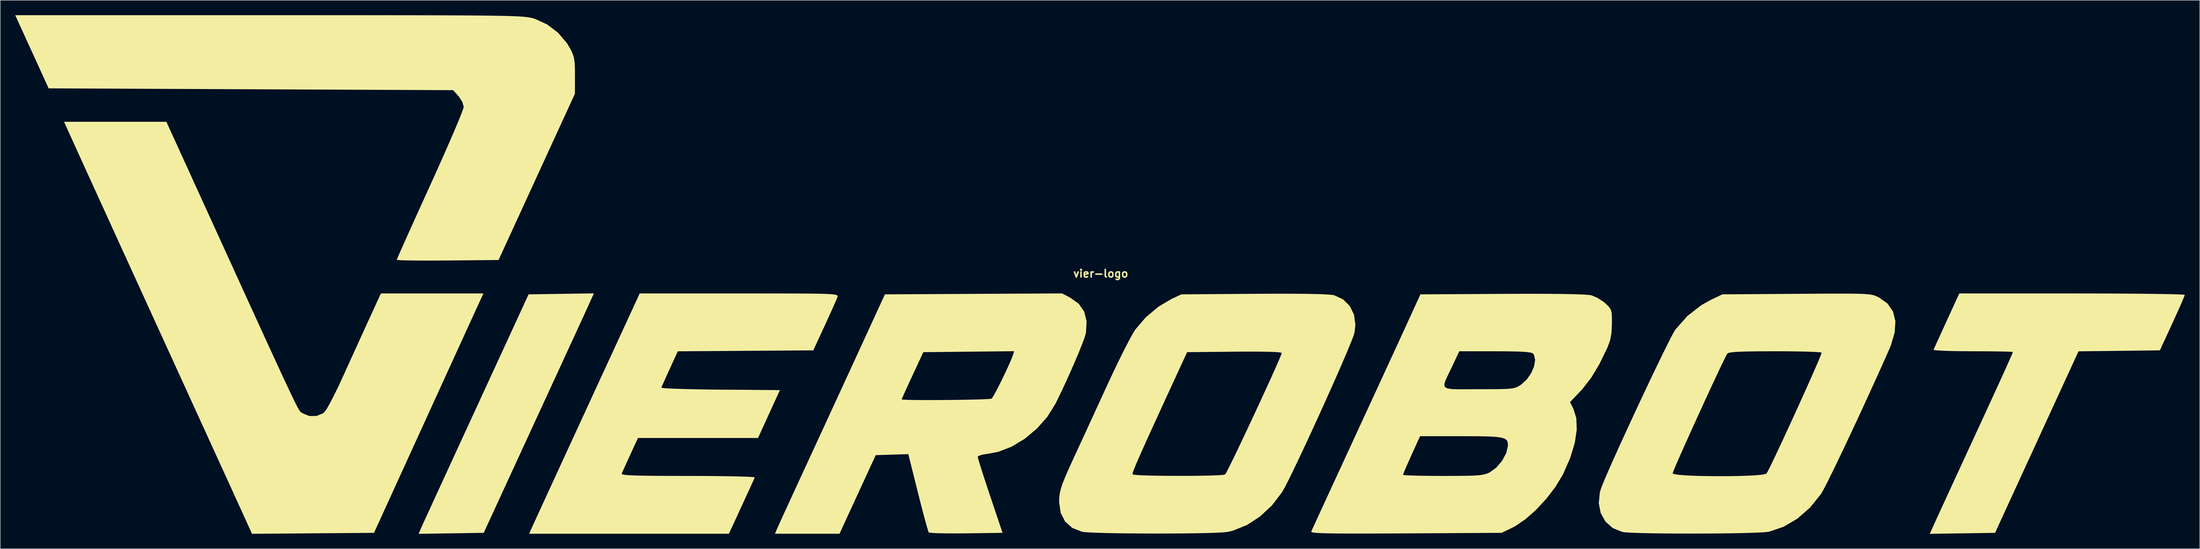
<source format=kicad_pcb>
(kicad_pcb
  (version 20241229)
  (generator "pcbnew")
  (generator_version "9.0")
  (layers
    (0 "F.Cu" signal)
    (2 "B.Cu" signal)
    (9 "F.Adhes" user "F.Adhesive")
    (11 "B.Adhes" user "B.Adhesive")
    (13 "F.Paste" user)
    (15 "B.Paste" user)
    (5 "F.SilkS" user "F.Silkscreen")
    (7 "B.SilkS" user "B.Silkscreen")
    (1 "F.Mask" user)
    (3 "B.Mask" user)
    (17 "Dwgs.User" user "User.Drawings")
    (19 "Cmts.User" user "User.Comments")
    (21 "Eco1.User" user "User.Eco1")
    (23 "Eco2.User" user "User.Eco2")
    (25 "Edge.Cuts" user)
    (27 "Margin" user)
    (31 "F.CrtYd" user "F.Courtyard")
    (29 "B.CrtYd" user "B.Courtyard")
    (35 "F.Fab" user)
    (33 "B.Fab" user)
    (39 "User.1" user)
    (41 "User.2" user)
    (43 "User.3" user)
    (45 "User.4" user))
  (footprint "vier-logo"
    (layer "F.Cu")
    (at 217.649 51.889)
    (property "Reference" "vier-logo" (at 0 0 0) (layer "F.SilkS") (effects (font (size 1.524 1.524) (thickness 0.3))))
    (attr board_only exclude_from_pos_files exclude_from_bom)
    (fp_poly (pts (xy -102.652 6.251) (xy -103.029 7.079) (xy -103.671 8.482) (xy -104.539 10.373) (xy -105.593 12.67) (xy -106.795 15.286) (xy -108.106 18.137) (xy -109.487 21.139) (xy -109.945 22.134) (xy -111.487 25.486) (xy -113.099 28.988) (xy -114.717 32.506) (xy -116.28 35.902) (xy -117.723 39.041) (xy -118.985 41.786) (xy -119.959 43.906) (xy -123.71 52.07) (xy -130.239 52.169) (xy -136.767 52.268) (xy -136.256 51.08) (xy -136.021 50.556) (xy -135.508 49.43) (xy -134.745 47.758) (xy -133.755 45.597) (xy -132.566 43.003) (xy -131.204 40.034) (xy -129.695 36.746) (xy -128.064 33.196) (xy -126.337 29.44) (xy -125.23 27.033) (xy -114.715 4.173) (xy -108.169 4.074) (xy -101.623 3.975)) (stroke (width 0) (type solid)) (fill yes) (layer "F.SilkS"))
    (fp_poly (pts (xy 198.718 3.996) (xy 202.472 4.009) (xy 205.941 4.029) (xy 209.065 4.056) (xy 211.781 4.09) (xy 214.028 4.128) (xy 215.745 4.171) (xy 216.87 4.218) (xy 217.341 4.268) (xy 217.351 4.277) (xy 217.207 4.687) (xy 216.807 5.639) (xy 216.202 7.016) (xy 215.443 8.703) (xy 214.854 9.992) (xy 212.356 15.421) (xy 204.196 15.519) (xy 196.036 15.616) (xy 187.672 33.843) (xy 179.307 52.07) (xy 172.759 52.169) (xy 166.212 52.268) (xy 167.241 49.992) (xy 167.637 49.121) (xy 168.294 47.687) (xy 169.168 45.784) (xy 170.215 43.507) (xy 171.391 40.951) (xy 172.653 38.211) (xy 173.625 36.104) (xy 175.728 31.541) (xy 177.536 27.61) (xy 179.06 24.288) (xy 180.312 21.55) (xy 181.302 19.371) (xy 182.043 17.726) (xy 182.544 16.591) (xy 182.817 15.941) (xy 182.88 15.756) (xy 182.534 15.711) (xy 181.566 15.672) (xy 180.08 15.64) (xy 178.177 15.617) (xy 175.962 15.604) (xy 174.867 15.603) (xy 172.552 15.59) (xy 170.51 15.554) (xy 168.843 15.499) (xy 167.651 15.428) (xy 167.036 15.346) (xy 166.975 15.304) (xy 167.159 14.889) (xy 167.593 13.93) (xy 168.224 12.544) (xy 168.998 10.846) (xy 169.613 9.498) (xy 172.131 3.991) (xy 194.741 3.991)) (stroke (width 0) (type solid)) (fill yes) (layer "F.SilkS"))
    (fp_poly (pts (xy -159.646 -51.888) (xy -153.243 -51.887) (xy -147.49 -51.885) (xy -142.353 -51.882) (xy -137.793 -51.876) (xy -133.773 -51.867) (xy -130.257 -51.855) (xy -127.208 -51.839) (xy -124.588 -51.819) (xy -122.36 -51.794) (xy -120.487 -51.764) (xy -118.933 -51.728) (xy -117.66 -51.686) (xy -116.631 -51.637) (xy -115.809 -51.581) (xy -115.157 -51.517) (xy -114.638 -51.444) (xy -114.215 -51.363) (xy -113.851 -51.273) (xy -113.509 -51.172) (xy -113.466 -51.159) (xy -111.028 -50.052) (xy -108.82 -48.371) (xy -107.02 -46.265) (xy -106.388 -45.215) (xy -105.929 -44.269) (xy -105.641 -43.401) (xy -105.486 -42.395) (xy -105.427 -41.035) (xy -105.422 -39.733) (xy -105.433 -36.104) (xy -113.086 -19.413) (xy -120.739 -2.721) (xy -130.945 -2.625) (xy -133.582 -2.608) (xy -135.966 -2.608) (xy -138.006 -2.624) (xy -139.609 -2.654) (xy -140.685 -2.697) (xy -141.142 -2.752) (xy -141.151 -2.762) (xy -141.006 -3.13) (xy -140.589 -4.092) (xy -139.931 -5.578) (xy -139.063 -7.522) (xy -138.014 -9.856) (xy -136.815 -12.513) (xy -135.495 -15.425) (xy -134.439 -17.751) (xy -133.043 -20.841) (xy -131.745 -23.755) (xy -130.576 -26.421) (xy -129.566 -28.767) (xy -128.747 -30.721) (xy -128.149 -32.212) (xy -127.802 -33.168) (xy -127.726 -33.483) (xy -127.986 -34.437) (xy -128.656 -35.495) (xy -128.784 -35.645) (xy -129.843 -36.83) (xy -170.393 -37.011) (xy -210.943 -37.193) (xy -217.649 -51.889) (xy -166.739 -51.889)) (stroke (width 0) (type solid)) (fill yes) (layer "F.SilkS"))
    (fp_poly (pts (xy -184.239 -23.676) (xy -181.142 -16.873) (xy -178.331 -10.7) (xy -175.793 -5.124) (xy -173.512 -0.117) (xy -171.476 4.353) (xy -169.668 8.317) (xy -168.075 11.805) (xy -166.682 14.849) (xy -165.475 17.478) (xy -164.439 19.725) (xy -163.56 21.619) (xy -162.824 23.191) (xy -162.216 24.473) (xy -161.721 25.494) (xy -161.325 26.287) (xy -161.014 26.881) (xy -160.773 27.307) (xy -160.588 27.596) (xy -160.444 27.779) (xy -160.327 27.886) (xy -160.223 27.95) (xy -160.116 27.999) (xy -159.993 28.065) (xy -159.944 28.097) (xy -158.662 28.61) (xy -157.242 28.6) (xy -155.976 28.087) (xy -155.624 27.793) (xy -155.195 27.182) (xy -154.543 26.034) (xy -153.735 24.474) (xy -152.837 22.63) (xy -152.077 20.989) (xy -150.952 18.506) (xy -149.685 15.716) (xy -148.406 12.906) (xy -147.245 10.362) (xy -146.862 9.525) (xy -144.33 3.991) (xy -123.774 3.991) (xy -124.735 6.078) (xy -125.05 6.765) (xy -125.638 8.051) (xy -126.471 9.875) (xy -127.521 12.176) (xy -128.76 14.892) (xy -130.16 17.961) (xy -131.693 21.323) (xy -133.332 24.917) (xy -135.048 28.68) (xy -135.703 30.117) (xy -145.71 52.07) (xy -157.948 52.166) (xy -170.185 52.261) (xy -171.041 50.351) (xy -171.311 49.755) (xy -171.86 48.547) (xy -172.667 46.774) (xy -173.709 44.485) (xy -174.966 41.726) (xy -176.415 38.546) (xy -178.035 34.993) (xy -179.803 31.114) (xy -181.698 26.958) (xy -183.699 22.571) (xy -185.782 18.003) (xy -186.877 15.603) (xy -189.052 10.835) (xy -191.193 6.139) (xy -193.276 1.571) (xy -195.274 -2.811) (xy -197.161 -6.952) (xy -198.912 -10.792) (xy -200.499 -14.277) (xy -201.898 -17.348) (xy -203.082 -19.948) (xy -204.025 -22.021) (xy -204.701 -23.509) (xy -204.86 -23.858) (xy -207.863 -30.48) (xy -187.337 -30.48)) (stroke (width 0) (type solid)) (fill yes) (layer "F.SilkS"))
    (fp_poly (pts (xy -68.198 3.992) (xy -64.563 3.995) (xy -61.541 4.002) (xy -59.078 4.015) (xy -57.117 4.038) (xy -55.603 4.07) (xy -54.479 4.115) (xy -53.69 4.175) (xy -53.18 4.251) (xy -52.893 4.346) (xy -52.773 4.462) (xy -52.764 4.6) (xy -52.794 4.712) (xy -53.022 5.286) (xy -53.497 6.381) (xy -54.159 7.862) (xy -54.946 9.593) (xy -55.33 10.427) (xy -57.637 15.421) (xy -71.222 15.516) (xy -84.806 15.611) (xy -86.4 19.107) (xy -87.068 20.576) (xy -87.622 21.803) (xy -87.994 22.635) (xy -88.112 22.908) (xy -87.793 22.983) (xy -86.831 23.058) (xy -85.311 23.129) (xy -83.315 23.193) (xy -80.928 23.247) (xy -78.233 23.289) (xy -76.283 23.309) (xy -64.334 23.404) (xy -66.524 28.212) (xy -68.714 33.02) (xy -92.788 33.02) (xy -94.332 36.376) (xy -95 37.836) (xy -95.561 39.072) (xy -95.941 39.92) (xy -96.055 40.186) (xy -95.962 40.308) (xy -95.54 40.407) (xy -94.733 40.486) (xy -93.484 40.546) (xy -91.737 40.59) (xy -89.436 40.619) (xy -86.526 40.635) (xy -82.948 40.64) (xy -82.74 40.64) (xy -79.698 40.648) (xy -76.901 40.67) (xy -74.43 40.705) (xy -72.362 40.752) (xy -70.776 40.807) (xy -69.752 40.87) (xy -69.367 40.938) (xy -69.366 40.945) (xy -69.552 41.361) (xy -69.988 42.321) (xy -70.622 43.707) (xy -71.402 45.404) (xy -72.021 46.75) (xy -74.555 52.251) (xy -114.617 52.251) (xy -113.587 49.984) (xy -113.245 49.233) (xy -112.629 47.89) (xy -111.771 46.019) (xy -110.7 43.689) (xy -109.448 40.963) (xy -108.045 37.91) (xy -106.521 34.594) (xy -104.907 31.083) (xy -103.233 27.443) (xy -101.53 23.739) (xy -99.827 20.037) (xy -98.156 16.405) (xy -96.547 12.909) (xy -95.03 9.614) (xy -94.989 9.525) (xy -92.441 3.991) (xy -72.503 3.991)) (stroke (width 0) (type solid)) (fill yes) (layer "F.SilkS"))
    (fp_poly (pts (xy -6.183 4.804) (xy -4.439 6.035) (xy -3.323 7.626) (xy -2.834 9.581) (xy -2.97 11.904) (xy -2.974 11.924) (xy -3.226 12.799) (xy -3.743 14.202) (xy -4.471 16.01) (xy -5.356 18.099) (xy -6.346 20.345) (xy -7.387 22.625) (xy -8.426 24.814) (xy -9.118 26.214) (xy -10.747 28.814) (xy -12.838 31.172) (xy -15.259 33.19) (xy -17.876 34.767) (xy -20.557 35.805) (xy -22.406 36.158) (xy -23.659 36.348) (xy -24.46 36.595) (xy -24.674 36.804) (xy -24.563 37.258) (xy -24.252 38.292) (xy -23.776 39.8) (xy -23.167 41.676) (xy -22.46 43.814) (xy -22.182 44.645) (xy -19.691 52.07) (xy -26.964 52.168) (xy -29.192 52.185) (xy -31.169 52.174) (xy -32.781 52.138) (xy -33.915 52.08) (xy -34.458 52.003) (xy -34.484 51.987) (xy -34.64 51.567) (xy -34.94 50.548) (xy -35.355 49.035) (xy -35.855 47.134) (xy -36.413 44.951) (xy -36.656 43.984) (xy -38.581 36.26) (xy -41.849 36.364) (xy -45.118 36.467) (xy -48.748 44.359) (xy -52.377 52.251) (xy -65.324 52.251) (xy -64.82 51.072) (xy -64.551 50.469) (xy -64.017 49.293) (xy -63.257 47.63) (xy -62.31 45.564) (xy -61.215 43.181) (xy -60.011 40.567) (xy -59.041 38.463) (xy -57.465 35.045) (xy -55.688 31.188) (xy -53.81 27.107) (xy -52.962 25.265) (xy -39.914 25.265) (xy -39.571 25.323) (xy -38.622 25.364) (xy -37.184 25.391) (xy -35.377 25.404) (xy -33.32 25.403) (xy -31.132 25.391) (xy -28.931 25.367) (xy -26.835 25.333) (xy -24.965 25.291) (xy -23.439 25.24) (xy -22.374 25.182) (xy -21.892 25.118) (xy -21.883 25.114) (xy -21.588 24.706) (xy -21.073 23.79) (xy -20.413 22.518) (xy -19.683 21.044) (xy -18.958 19.522) (xy -18.313 18.105) (xy -17.823 16.948) (xy -17.611 16.368) (xy -17.364 15.59) (xy -26.47 15.687) (xy -35.575 15.784) (xy -37.745 20.457) (xy -38.521 22.139) (xy -39.175 23.571) (xy -39.651 24.633) (xy -39.894 25.203) (xy -39.914 25.265) (xy -52.962 25.265) (xy -51.931 23.023) (xy -50.152 19.154) (xy -48.573 15.716) (xy -48.521 15.603) (xy -43.274 4.173) (xy -25.531 4.079) (xy -7.787 3.985)) (stroke (width 0) (type solid)) (fill yes) (layer "F.SilkS"))
    (fp_poly (pts (xy 38.733 4.051) (xy 41.748 4.082) (xy 44.09 4.138) (xy 45.742 4.22) (xy 46.689 4.326) (xy 46.784 4.348) (xy 48.579 5.175) (xy 49.928 6.509) (xy 50.773 8.245) (xy 51.056 10.277) (xy 50.883 11.843) (xy 50.641 12.6) (xy 50.127 13.926) (xy 49.379 15.736) (xy 48.436 17.944) (xy 47.338 20.462) (xy 46.123 23.207) (xy 44.83 26.091) (xy 43.499 29.029) (xy 42.168 31.934) (xy 40.877 34.721) (xy 39.663 37.304) (xy 38.567 39.596) (xy 37.627 41.512) (xy 36.882 42.965) (xy 36.375 43.864) (xy 34.349 46.533) (xy 31.947 48.777) (xy 29.291 50.507) (xy 26.501 51.634) (xy 25.441 51.883) (xy 24.577 51.975) (xy 23.107 52.051) (xy 21.134 52.112) (xy 18.764 52.158) (xy 16.1 52.19) (xy 13.247 52.206) (xy 10.31 52.208) (xy 7.393 52.196) (xy 4.601 52.169) (xy 2.037 52.128) (xy -0.193 52.073) (xy -1.986 52.004) (xy -3.236 51.922) (xy -3.757 51.85) (xy -5.716 51.074) (xy -7.147 49.807) (xy -8.03 48.074) (xy -8.345 45.902) (xy -8.346 45.801) (xy -8.316 44.898) (xy -8.2 44.021) (xy -7.957 43.056) (xy -7.549 41.883) (xy -6.934 40.388) (xy -6.849 40.196) (xy 6.375 40.196) (xy 6.382 40.33) (xy 6.784 40.418) (xy 7.793 40.491) (xy 9.287 40.549) (xy 11.149 40.591) (xy 13.259 40.617) (xy 15.496 40.628) (xy 17.743 40.623) (xy 19.879 40.602) (xy 21.784 40.565) (xy 23.34 40.511) (xy 24.426 40.441) (xy 24.924 40.355) (xy 24.927 40.353) (xy 25.16 39.98) (xy 25.65 39.036) (xy 26.354 37.612) (xy 27.231 35.797) (xy 28.239 33.683) (xy 29.336 31.36) (xy 30.479 28.918) (xy 31.626 26.448) (xy 32.736 24.04) (xy 33.766 21.784) (xy 34.674 19.772) (xy 35.418 18.092) (xy 35.956 16.836) (xy 36.247 16.095) (xy 36.286 15.944) (xy 35.93 15.834) (xy 34.888 15.75) (xy 33.201 15.696) (xy 30.909 15.671) (xy 28.05 15.677) (xy 26.801 15.688) (xy 17.316 15.784) (xy 15.145 20.501) (xy 13.232 24.665) (xy 11.603 28.217) (xy 10.239 31.203) (xy 9.119 33.671) (xy 8.223 35.667) (xy 7.53 37.238) (xy 7.019 38.43) (xy 6.67 39.289) (xy 6.462 39.862) (xy 6.375 40.196) (xy -6.849 40.196) (xy -6.074 38.452) (xy -5.163 36.467) (xy -4.401 34.814) (xy -3.406 32.654) (xy -2.249 30.136) (xy -0.999 27.415) (xy 0.274 24.641) (xy 1.23 22.555) (xy 2.407 20.027) (xy 3.567 17.607) (xy 4.656 15.407) (xy 5.617 13.539) (xy 6.392 12.114) (xy 6.912 11.265) (xy 9.01 8.801) (xy 11.554 6.661) (xy 14.151 5.121) (xy 16.147 4.173) (xy 30.747 4.067) (xy 35.06 4.046)) (stroke (width 0) (type solid)) (fill yes) (layer "F.SilkS"))
    (fp_poly (pts (xy 150.585 4.035) (xy 152.082 4.062) (xy 153.216 4.11) (xy 154.061 4.183) (xy 154.687 4.283) (xy 155.169 4.413) (xy 155.579 4.577) (xy 155.99 4.778) (xy 156.026 4.797) (xy 157.742 6.016) (xy 158.843 7.607) (xy 159.323 9.553) (xy 159.181 11.838) (xy 158.413 14.445) (xy 158.081 15.24) (xy 156.622 18.513) (xy 155.101 21.882) (xy 153.555 25.273) (xy 152.017 28.609) (xy 150.522 31.818) (xy 149.107 34.825) (xy 147.806 37.555) (xy 146.654 39.933) (xy 145.686 41.885) (xy 144.938 43.337) (xy 144.444 44.214) (xy 144.386 44.304) (xy 142.203 47.008) (xy 139.679 49.214) (xy 136.918 50.847) (xy 134.024 51.831) (xy 133.967 51.843) (xy 133.146 51.938) (xy 131.711 52.02) (xy 129.767 52.087) (xy 127.417 52.141) (xy 124.765 52.18) (xy 121.916 52.206) (xy 118.973 52.216) (xy 116.041 52.213) (xy 113.224 52.194) (xy 110.626 52.161) (xy 108.35 52.112) (xy 106.501 52.048) (xy 105.182 51.969) (xy 104.547 51.888) (xy 102.65 51.104) (xy 101.201 49.818) (xy 100.252 48.132) (xy 99.856 46.153) (xy 100.064 43.985) (xy 100.262 43.283) (xy 100.624 42.322) (xy 101.248 40.827) (xy 101.552 40.128) (xy 114.663 40.128) (xy 115.006 40.292) (xy 115.958 40.428) (xy 117.403 40.537) (xy 119.225 40.617) (xy 121.307 40.668) (xy 123.533 40.691) (xy 125.786 40.685) (xy 127.952 40.65) (xy 129.913 40.586) (xy 131.553 40.492) (xy 132.757 40.368) (xy 133.407 40.214) (xy 133.473 40.166) (xy 133.747 39.693) (xy 134.264 38.667) (xy 134.982 37.179) (xy 135.862 35.317) (xy 136.862 33.173) (xy 137.942 30.836) (xy 139.059 28.396) (xy 140.174 25.942) (xy 141.246 23.565) (xy 142.233 21.354) (xy 143.095 19.399) (xy 143.79 17.791) (xy 144.279 16.618) (xy 144.519 15.971) (xy 144.535 15.875) (xy 144.143 15.801) (xy 143.124 15.735) (xy 141.578 15.679) (xy 139.602 15.636) (xy 137.295 15.61) (xy 135.187 15.603) (xy 132.158 15.612) (xy 129.791 15.643) (xy 128.021 15.697) (xy 126.785 15.778) (xy 126.018 15.89) (xy 125.657 16.034) (xy 125.636 16.056) (xy 125.374 16.522) (xy 124.864 17.549) (xy 124.148 19.043) (xy 123.268 20.914) (xy 122.265 23.069) (xy 121.183 25.416) (xy 120.063 27.864) (xy 118.946 30.32) (xy 117.875 32.692) (xy 116.891 34.889) (xy 116.037 36.819) (xy 115.355 38.388) (xy 114.885 39.507) (xy 114.672 40.081) (xy 114.663 40.128) (xy 101.552 40.128) (xy 102.095 38.88) (xy 103.124 36.568) (xy 104.297 33.975) (xy 105.573 31.186) (xy 106.914 28.286) (xy 108.279 25.36) (xy 109.629 22.492) (xy 110.925 19.768) (xy 112.126 17.272) (xy 113.193 15.088) (xy 114.087 13.303) (xy 114.768 12) (xy 115.196 11.265) (xy 115.228 11.22) (xy 117.629 8.513) (xy 120.444 6.324) (xy 122.283 5.301) (xy 124.641 4.173) (xy 139.519 4.071) (xy 143.192 4.046) (xy 146.213 4.03) (xy 148.653 4.025)) (stroke (width 0) (type solid)) (fill yes) (layer "F.SilkS"))
    (fp_poly (pts (xy 89.142 4.067) (xy 92.426 4.095) (xy 95.015 4.146) (xy 96.901 4.219) (xy 98.075 4.314) (xy 98.402 4.372) (xy 99.572 4.871) (xy 100.791 5.66) (xy 101.176 5.982) (xy 101.842 6.622) (xy 102.237 7.171) (xy 102.43 7.843) (xy 102.49 8.855) (xy 102.49 10.042) (xy 102.406 11.896) (xy 102.139 13.364) (xy 101.626 14.777) (xy 101.582 14.877) (xy 99.971 18.188) (xy 98.349 20.894) (xy 96.643 23.113) (xy 96.127 23.677) (xy 94.087 25.82) (xy 94.759 27.138) (xy 95.351 29.044) (xy 95.437 31.373) (xy 95.03 34.044) (xy 94.143 36.974) (xy 92.791 40.081) (xy 92.6 40.459) (xy 91.157 42.849) (xy 89.341 45.225) (xy 87.298 47.431) (xy 85.175 49.314) (xy 83.12 50.717) (xy 82.55 51.017) (xy 80.373 52.07) (xy 61.186 52.179) (xy 56.855 52.2) (xy 53.199 52.212) (xy 50.167 52.212) (xy 47.71 52.2) (xy 45.776 52.175) (xy 44.316 52.135) (xy 43.278 52.081) (xy 42.613 52.01) (xy 42.269 51.922) (xy 42.197 51.817) (xy 42.197 51.816) (xy 42.382 51.408) (xy 42.843 50.401) (xy 43.552 48.855) (xy 44.483 46.83) (xy 45.607 44.386) (xy 46.897 41.582) (xy 47.433 40.418) (xy 60.597 40.418) (xy 60.943 40.482) (xy 61.911 40.539) (xy 63.397 40.586) (xy 65.299 40.62) (xy 67.513 40.638) (xy 68.594 40.64) (xy 71.246 40.635) (xy 73.278 40.614) (xy 74.797 40.569) (xy 75.908 40.493) (xy 76.719 40.376) (xy 77.335 40.211) (xy 77.863 39.99) (xy 77.998 39.922) (xy 79.332 38.946) (xy 80.488 37.57) (xy 81.31 36.027) (xy 81.642 34.552) (xy 81.643 34.48) (xy 81.602 33.926) (xy 81.427 33.496) (xy 81.034 33.176) (xy 80.343 32.949) (xy 79.271 32.8) (xy 77.736 32.712) (xy 75.658 32.67) (xy 72.954 32.657) (xy 72.261 32.657) (xy 64.019 32.657) (xy 62.308 36.426) (xy 61.629 37.942) (xy 61.077 39.207) (xy 60.713 40.081) (xy 60.597 40.418) (xy 47.433 40.418) (xy 48.326 38.479) (xy 49.866 35.137) (xy 51.176 32.294) (xy 52.857 28.646) (xy 54.507 25.064) (xy 55.821 22.21) (xy 68.884 22.21) (xy 68.964 22.745) (xy 69.455 23.056) (xy 70.426 23.202) (xy 71.944 23.24) (xy 74.077 23.229) (xy 75.728 23.223) (xy 78.187 23.22) (xy 80.032 23.204) (xy 81.376 23.163) (xy 82.33 23.084) (xy 83.007 22.956) (xy 83.52 22.767) (xy 83.979 22.503) (xy 84.279 22.303) (xy 85.413 21.278) (xy 86.303 19.994) (xy 86.885 18.623) (xy 87.092 17.34) (xy 86.86 16.316) (xy 86.65 16.038) (xy 86.214 15.871) (xy 85.252 15.747) (xy 83.712 15.663) (xy 81.544 15.616) (xy 79.048 15.603) (xy 71.881 15.603) (xy 70.438 18.681) (xy 69.689 20.236) (xy 69.148 21.393) (xy 68.884 22.21) (xy 55.821 22.21) (xy 56.089 21.628) (xy 57.568 18.414) (xy 58.908 15.5) (xy 60.073 12.966) (xy 61.027 10.887) (xy 61.734 9.344) (xy 62.024 8.709) (xy 64.092 4.173) (xy 80.526 4.078) (xy 85.172 4.061)) (stroke (width 0) (type solid)) (fill yes) (layer "F.SilkS")))
  (gr_rect
    (start -3 -3)
    (end 438.001 107.156)
    (stroke (width 0.1) (type default))
    (fill no)
    (layer "Edge.Cuts")))
</source>
